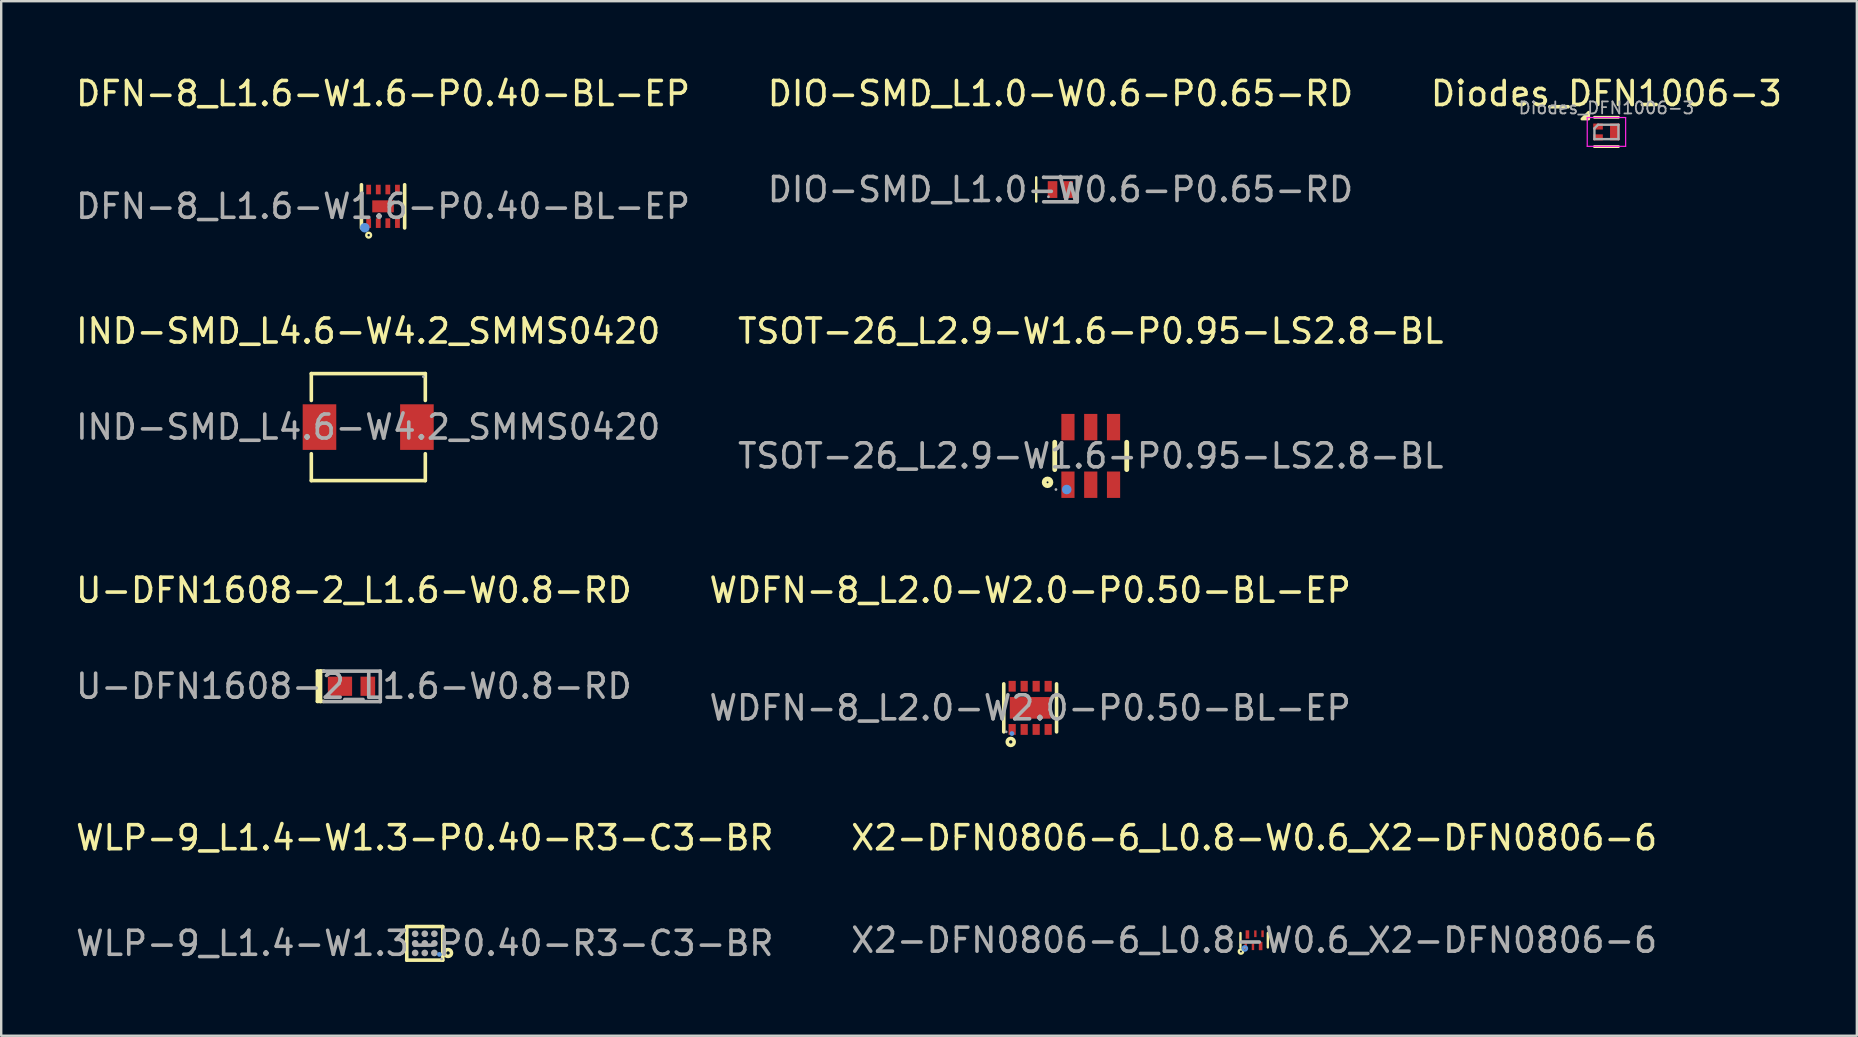
<source format=kicad_pcb>
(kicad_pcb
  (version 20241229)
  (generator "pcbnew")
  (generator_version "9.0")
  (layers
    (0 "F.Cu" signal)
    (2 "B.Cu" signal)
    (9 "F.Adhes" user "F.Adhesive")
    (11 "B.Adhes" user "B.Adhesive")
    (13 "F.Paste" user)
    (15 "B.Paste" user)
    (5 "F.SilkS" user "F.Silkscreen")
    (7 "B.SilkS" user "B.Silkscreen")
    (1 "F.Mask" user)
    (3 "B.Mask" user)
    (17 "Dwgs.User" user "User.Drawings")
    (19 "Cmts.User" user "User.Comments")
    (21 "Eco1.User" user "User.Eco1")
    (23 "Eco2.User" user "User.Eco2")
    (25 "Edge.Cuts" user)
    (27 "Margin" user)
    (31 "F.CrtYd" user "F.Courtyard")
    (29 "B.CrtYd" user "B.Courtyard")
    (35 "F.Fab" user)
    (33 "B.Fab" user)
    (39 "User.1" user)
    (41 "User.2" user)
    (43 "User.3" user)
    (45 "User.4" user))
  (footprint "Diodes_DFN1006-3"
    (layer "F.Cu")
    (at 63.887 2.448)
    (property "Reference" "Diodes_DFN1006-3" (at 0 -1.6 0) (layer "F.SilkS") (effects (font (size 1 1) (thickness 0.15))))
    (attr smd)
    (fp_line (start -0.5 -0.61) (end 0.5 -0.61) (stroke (width 0.12) (type default)) (layer "F.SilkS"))
    (fp_line (start -0.5 0.61) (end 0.5 0.61) (stroke (width 0.12) (type default)) (layer "F.SilkS"))
    (fp_poly (pts (xy -0.74 -0.54) (xy -1.02 -0.54) (xy -0.74 -0.82) (xy -0.74 -0.54)) (stroke (width 0.12) (type solid)) (fill yes) (layer "F.SilkS"))
    (fp_line (start -0.8 -0.6) (end 0.8 -0.6) (stroke (width 0.05) (type solid)) (layer "F.CrtYd"))
    (fp_line (start -0.8 0.6) (end -0.8 -0.6) (stroke (width 0.05) (type solid)) (layer "F.CrtYd"))
    (fp_line (start 0.8 -0.6) (end 0.8 0.6) (stroke (width 0.05) (type solid)) (layer "F.CrtYd"))
    (fp_line (start 0.8 0.6) (end -0.8 0.6) (stroke (width 0.05) (type solid)) (layer "F.CrtYd"))
    (fp_line (start -0.5 0.3) (end -0.5 -0.15) (stroke (width 0.1) (type solid)) (layer "F.Fab"))
    (fp_line (start -0.35 -0.3) (end -0.5 -0.15) (stroke (width 0.1) (type solid)) (layer "F.Fab"))
    (fp_line (start -0.35 -0.3) (end 0.5 -0.3) (stroke (width 0.1) (type solid)) (layer "F.Fab"))
    (fp_line (start 0.5 -0.3) (end 0.5 0.3) (stroke (width 0.1) (type solid)) (layer "F.Fab"))
    (fp_line (start 0.5 0.3) (end -0.5 0.3) (stroke (width 0.1) (type solid)) (layer "F.Fab"))
    (fp_text user "${REFERENCE}" (at 0 -1 0) (layer "F.Fab") (effects (font (size 0.5 0.5) (thickness 0.075))))
    (pad "1" smd rect (at -0.35 -0.225 270) (size 0.25 0.4) (layers "F.Cu" "F.Mask" "F.Paste"))
    (pad "2" smd rect (at -0.35 0.225 270) (size 0.25 0.4) (layers "F.Cu" "F.Mask" "F.Paste"))
    (pad "3" smd rect (at 0.35 0 270) (size 0.7 0.4) (layers "F.Cu" "F.Mask" "F.Paste")))
  (footprint "WLP-9_L1.4-W1.3-P0.40-R3-C3-BR"
    (layer "F.Cu")
    (at 14.649 36.258)
    (property "Reference" "WLP-9_L1.4-W1.3-P0.40-R3-C3-BR" (at 0 -4.4 0) (layer "F.SilkS") (effects (font (size 1 1) (thickness 0.15))))
    (attr smd)
    (fp_line (start -0.75 0.7) (end -0.75 -0.7) (stroke (width 0.15) (type solid)) (layer "F.SilkS"))
    (fp_line (start 0.75 -0.7) (end -0.75 -0.7) (stroke (width 0.15) (type solid)) (layer "F.SilkS"))
    (fp_line (start 0.75 0.7) (end -0.75 0.7) (stroke (width 0.15) (type solid)) (layer "F.SilkS"))
    (fp_line (start 0.75 0.7) (end 0.75 -0.7) (stroke (width 0.15) (type solid)) (layer "F.SilkS"))
    (fp_circle (center 0.97 0.4) (end 1.04 0.4) (stroke (width 0.15) (type solid)) (fill no) (layer "F.SilkS"))
    (fp_circle (center 0.61 0.46) (end 0.66 0.46) (stroke (width 0.1) (type solid)) (fill no) (layer "Cmts.User"))
    (fp_circle (center -0.4 -0.4) (end -0.33 -0.4) (stroke (width 0.14) (type solid)) (fill no) (layer "F.Fab"))
    (fp_circle (center -0.4 0) (end -0.33 0) (stroke (width 0.14) (type solid)) (fill no) (layer "F.Fab"))
    (fp_circle (center -0.4 0.4) (end -0.33 0.4) (stroke (width 0.14) (type solid)) (fill no) (layer "F.Fab"))
    (fp_circle (center 0 -0.4) (end 0.07 -0.4) (stroke (width 0.14) (type solid)) (fill no) (layer "F.Fab"))
    (fp_circle (center 0 0) (end 0.07 0) (stroke (width 0.14) (type solid)) (fill no) (layer "F.Fab"))
    (fp_circle (center 0 0.4) (end 0.07 0.4) (stroke (width 0.14) (type solid)) (fill no) (layer "F.Fab"))
    (fp_circle (center 0.4 -0.4) (end 0.47 -0.4) (stroke (width 0.14) (type solid)) (fill no) (layer "F.Fab"))
    (fp_circle (center 0.4 0) (end 0.47 0) (stroke (width 0.14) (type solid)) (fill no) (layer "F.Fab"))
    (fp_circle (center 0.4 0.4) (end 0.47 0.4) (stroke (width 0.14) (type solid)) (fill no) (layer "F.Fab"))
    (fp_circle (center 0.7 0.65) (end 0.73 0.65) (stroke (width 0.06) (type solid)) (fill no) (layer "F.Fab"))
    (fp_text user "${REFERENCE}" (at 0 0 0) (layer "F.Fab") (effects (font (size 1 1) (thickness 0.15))))
    (pad "A1" smd circle (at 0.4 0.4 180) (size 0.23 0.23) (layers "F.Cu" "F.Mask" "F.Paste"))
    (pad "A2" smd circle (at 0 0.4 180) (size 0.23 0.23) (layers "F.Cu" "F.Mask" "F.Paste"))
    (pad "A3" smd circle (at -0.4 0.4 180) (size 0.23 0.23) (layers "F.Cu" "F.Mask" "F.Paste"))
    (pad "B1" smd circle (at 0.4 0 180) (size 0.23 0.23) (layers "F.Cu" "F.Mask" "F.Paste"))
    (pad "B2" smd circle (at 0 0 180) (size 0.23 0.23) (layers "F.Cu" "F.Mask" "F.Paste"))
    (pad "B3" smd circle (at -0.4 0 180) (size 0.23 0.23) (layers "F.Cu" "F.Mask" "F.Paste"))
    (pad "C1" smd circle (at 0.4 -0.4 180) (size 0.23 0.23) (layers "F.Cu" "F.Mask" "F.Paste"))
    (pad "C2" smd circle (at 0 -0.4 180) (size 0.23 0.23) (layers "F.Cu" "F.Mask" "F.Paste"))
    (pad "C3" smd circle (at -0.4 -0.4 180) (size 0.23 0.23) (layers "F.Cu" "F.Mask" "F.Paste")))
  (footprint "DFN-8_L1.6-W1.6-P0.40-BL-EP"
    (layer "F.Cu")
    (at 12.911 5.548)
    (property "Reference" "DFN-8_L1.6-W1.6-P0.40-BL-EP" (at 0 -4.7 0) (layer "F.SilkS") (effects (font (size 1 1) (thickness 0.15))))
    (attr smd)
    (fp_line (start -0.9 -0.9) (end -0.9 0.9) (stroke (width 0.15) (type solid)) (layer "F.SilkS"))
    (fp_line (start 0.9 -0.9) (end 0.9 0.9) (stroke (width 0.15) (type solid)) (layer "F.SilkS"))
    (fp_circle (center -0.6 1.2) (end -0.5 1.2) (stroke (width 0.1) (type solid)) (fill no) (layer "F.SilkS"))
    (fp_circle (center -0.76 0.89) (end -0.66 0.89) (stroke (width 0.2) (type solid)) (fill no) (layer "Cmts.User"))
    (fp_circle (center -0.8 0.8) (end -0.77 0.8) (stroke (width 0.06) (type solid)) (fill no) (layer "F.Fab"))
    (fp_text user "${REFERENCE}" (at 0 0 0) (layer "F.Fab") (effects (font (size 1 1) (thickness 0.15))))
    (pad "1" smd rect (at -0.6 0.7 90) (size 0.4 0.2) (layers "F.Cu" "F.Mask" "F.Paste"))
    (pad "2" smd rect (at -0.2 0.7 90) (size 0.4 0.2) (layers "F.Cu" "F.Mask" "F.Paste"))
    (pad "3" smd rect (at 0.2 0.7 90) (size 0.4 0.2) (layers "F.Cu" "F.Mask" "F.Paste"))
    (pad "4" smd rect (at 0.6 0.7 90) (size 0.4 0.2) (layers "F.Cu" "F.Mask" "F.Paste"))
    (pad "5" smd rect (at 0.6 -0.7 90) (size 0.4 0.2) (layers "F.Cu" "F.Mask" "F.Paste"))
    (pad "6" smd rect (at 0.2 -0.7 90) (size 0.4 0.2) (layers "F.Cu" "F.Mask" "F.Paste"))
    (pad "7" smd rect (at -0.2 -0.7 90) (size 0.4 0.2) (layers "F.Cu" "F.Mask" "F.Paste"))
    (pad "8" smd rect (at -0.6 -0.7 90) (size 0.4 0.2) (layers "F.Cu" "F.Mask" "F.Paste"))
    (pad "9" smd rect (at 0 0 90) (size 0.5 0.9) (layers "F.Cu" "F.Mask" "F.Paste")))
  (footprint "X2-DFN0806-6_L0.8-W0.6_X2-DFN0806-6"
    (layer "F.Cu")
    (at 49.208 36.128)
    (property "Reference" "X2-DFN0806-6_L0.8-W0.6_X2-DFN0806-6" (at 0 -4.27 0) (layer "F.SilkS") (effects (font (size 1 1) (thickness 0.15))))
    (attr smd)
    (fp_line (start -0.57 0.3) (end -0.57 -0.3) (stroke (width 0.1) (type solid)) (layer "F.SilkS"))
    (fp_line (start 0.57 -0.3) (end 0.57 0.3) (stroke (width 0.1) (type solid)) (layer "F.SilkS"))
    (fp_circle (center -0.55 0.47) (end -0.51 0.47) (stroke (width 0.1) (type solid)) (fill no) (layer "F.SilkS"))
    (fp_circle (center -0.39 0.34) (end -0.35 0.34) (stroke (width 0.1) (type solid)) (fill no) (layer "Cmts.User"))
    (fp_circle (center -0.4 0.3) (end -0.37 0.3) (stroke (width 0.06) (type solid)) (fill no) (layer "F.Fab"))
    (fp_text user "${REFERENCE}" (at 0 0 0) (layer "F.Fab") (effects (font (size 1 1) (thickness 0.15))))
    (pad "1" smd rect (at -0.35 0.27) (size 0.1 0.28) (layers "F.Cu" "F.Mask" "F.Paste"))
    (pad "2" smd rect (at -0.05 0.27) (size 0.1 0.28) (layers "F.Cu" "F.Mask" "F.Paste"))
    (pad "3" smd rect (at 0.27 0.24) (size 0.15 0.35) (layers "F.Cu" "F.Mask" "F.Paste"))
    (pad "4" smd rect (at 0.35 -0.27) (size 0.1 0.28) (layers "F.Cu" "F.Mask" "F.Paste"))
    (pad "5" smd rect (at 0.05 -0.27) (size 0.1 0.28) (layers "F.Cu" "F.Mask" "F.Paste"))
    (pad "6" smd rect (at -0.28 -0.24) (size 0.15 0.35) (layers "F.Cu" "F.Mask" "F.Paste")))
  (footprint "IND-SMD_L4.6-W4.2_SMMS0420"
    (layer "F.Cu")
    (at 12.292 14.746)
    (property "Reference" "IND-SMD_L4.6-W4.2_SMMS0420" (at 0 -4 0) (layer "F.SilkS") (effects (font (size 1 1) (thickness 0.15))))
    (attr smd)
    (fp_line (start -2.37 -2.23) (end 2.38 -2.23) (stroke (width 0.15) (type solid)) (layer "F.SilkS"))
    (fp_line (start -2.37 -1.11) (end -2.37 -2.23) (stroke (width 0.15) (type solid)) (layer "F.SilkS"))
    (fp_line (start -2.37 1.11) (end -2.37 2.23) (stroke (width 0.15) (type solid)) (layer "F.SilkS"))
    (fp_line (start -2.37 2.23) (end 2.38 2.23) (stroke (width 0.15) (type solid)) (layer "F.SilkS"))
    (fp_line (start 2.38 -2.23) (end 2.38 -1.11) (stroke (width 0.15) (type solid)) (layer "F.SilkS"))
    (fp_line (start 2.38 2.23) (end 2.38 1.11) (stroke (width 0.15) (type solid)) (layer "F.SilkS"))
    (fp_circle (center 2.3 -2.1) (end 2.33 -2.1) (stroke (width 0.06) (type solid)) (fill no) (layer "F.Fab"))
    (fp_text user "${REFERENCE}" (at 0 0 0) (layer "F.Fab") (effects (font (size 1 1) (thickness 0.15))))
    (pad "1" smd rect (at 2.03 0) (size 1.4 1.9) (layers "F.Cu" "F.Mask" "F.Paste"))
    (pad "2" smd rect (at -2.03 0) (size 1.4 1.9) (layers "F.Cu" "F.Mask" "F.Paste")))
  (footprint "WDFN-8_L2.0-W2.0-P0.50-BL-EP"
    (layer "F.Cu")
    (at 39.875 26.445)
    (property "Reference" "WDFN-8_L2.0-W2.0-P0.50-BL-EP" (at 0 -4.9 0) (layer "F.SilkS") (effects (font (size 1 1) (thickness 0.15))))
    (attr smd)
    (fp_line (start -1.1 -1) (end -1.1 1) (stroke (width 0.15) (type solid)) (layer "F.SilkS"))
    (fp_line (start 1.1 -1) (end 1.1 1) (stroke (width 0.15) (type solid)) (layer "F.SilkS"))
    (fp_circle (center -0.81 1.42) (end -0.74 1.42) (stroke (width 0.15) (type solid)) (fill no) (layer "F.SilkS"))
    (fp_circle (center -0.76 1.07) (end -0.71 1.07) (stroke (width 0.1) (type solid)) (fill no) (layer "Cmts.User"))
    (fp_circle (center -1 1) (end -0.97 1) (stroke (width 0.06) (type solid)) (fill no) (layer "F.Fab"))
    (fp_text user "${REFERENCE}" (at 0 0 0) (layer "F.Fab") (effects (font (size 1 1) (thickness 0.15))))
    (pad "1" smd rect (at -0.75 0.9 90) (size 0.45 0.3) (layers "F.Cu" "F.Mask" "F.Paste"))
    (pad "2" smd rect (at -0.25 0.9 90) (size 0.45 0.3) (layers "F.Cu" "F.Mask" "F.Paste"))
    (pad "3" smd rect (at 0.25 0.9 90) (size 0.45 0.3) (layers "F.Cu" "F.Mask" "F.Paste"))
    (pad "4" smd rect (at 0.75 0.9 90) (size 0.45 0.3) (layers "F.Cu" "F.Mask" "F.Paste"))
    (pad "5" smd rect (at 0.75 -0.9 90) (size 0.45 0.3) (layers "F.Cu" "F.Mask" "F.Paste"))
    (pad "6" smd rect (at 0.25 -0.9 90) (size 0.45 0.3) (layers "F.Cu" "F.Mask" "F.Paste"))
    (pad "7" smd rect (at -0.25 -0.9 90) (size 0.45 0.3) (layers "F.Cu" "F.Mask" "F.Paste"))
    (pad "8" smd rect (at -0.75 -0.9 90) (size 0.45 0.3) (layers "F.Cu" "F.Mask" "F.Paste"))
    (pad "9" smd rect (at 0 0 90) (size 0.9 1.7) (layers "F.Cu" "F.Mask" "F.Paste")))
  (footprint "TSOT-26_L2.9-W1.6-P0.95-LS2.8-BL"
    (layer "F.Cu")
    (at 42.399 15.947)
    (property "Reference" "TSOT-26_L2.9-W1.6-P0.95-LS2.8-BL" (at 0 -5.2 180) (layer "F.SilkS") (effects (font (size 1 1) (thickness 0.15))))
    (attr smd)
    (fp_line (start -1.5 0.57) (end -1.5 -0.57) (stroke (width 0.2) (type solid)) (layer "F.SilkS"))
    (fp_line (start 1.5 -0.57) (end 1.5 0.57) (stroke (width 0.2) (type solid)) (layer "F.SilkS"))
    (fp_circle (center -1.8 1.1) (end -1.66 1.1) (stroke (width 0.2) (type solid)) (fill no) (layer "F.SilkS"))
    (fp_circle (center -1 1.4) (end -0.9 1.4) (stroke (width 0.2) (type solid)) (fill no) (layer "Cmts.User"))
    (fp_circle (center -1.45 1.4) (end -1.42 1.4) (stroke (width 0.06) (type solid)) (fill no) (layer "F.Fab"))
    (fp_text user "${REFERENCE}" (at 0 0 180) (layer "F.Fab") (effects (font (size 1 1) (thickness 0.15))))
    (pad "1" smd rect (at -0.95 1.2 180) (size 0.55 1.1) (layers "F.Cu" "F.Mask" "F.Paste"))
    (pad "2" smd rect (at 0 1.2 180) (size 0.55 1.1) (layers "F.Cu" "F.Mask" "F.Paste"))
    (pad "3" smd rect (at 0.95 1.2 180) (size 0.55 1.1) (layers "F.Cu" "F.Mask" "F.Paste"))
    (pad "4" smd rect (at 0.95 -1.2 180) (size 0.55 1.1) (layers "F.Cu" "F.Mask" "F.Paste"))
    (pad "5" smd rect (at 0 -1.2 180) (size 0.55 1.1) (layers "F.Cu" "F.Mask" "F.Paste"))
    (pad "6" smd rect (at -0.95 -1.2 180) (size 0.55 1.1) (layers "F.Cu" "F.Mask" "F.Paste")))
  (footprint "DIO-SMD_L1.0-W0.6-P0.65-RD"
    (layer "F.Cu")
    (at 41.137 4.848)
    (property "Reference" "DIO-SMD_L1.0-W0.6-P0.65-RD" (at 0 -4 180) (layer "F.SilkS") (effects (font (size 1 1) (thickness 0.15))))
    (attr smd)
    (fp_line (start -1.01 -0.51) (end -1.01 0.5) (stroke (width 0.1) (type solid)) (layer "F.SilkS"))
    (fp_line (start -0.7 -0.51) (end -0.7 -0.51) (stroke (width 0.15) (type solid)) (layer "F.Fab"))
    (fp_line (start -0.7 -0.51) (end 0.7 -0.51) (stroke (width 0.15) (type solid)) (layer "F.Fab"))
    (fp_line (start 0.7 -0.51) (end 0.7 0.51) (stroke (width 0.15) (type solid)) (layer "F.Fab"))
    (fp_line (start 0.7 0.51) (end -0.7 0.51) (stroke (width 0.15) (type solid)) (layer "F.Fab"))
    (fp_circle (center -0.5 0.3) (end -0.47 0.3) (stroke (width 0.06) (type solid)) (fill no) (layer "F.Fab"))
    (fp_text user "${REFERENCE}" (at 0 0 180) (layer "F.Fab") (effects (font (size 1 1) (thickness 0.15))))
    (pad "1" smd rect (at -0.33 0) (size 0.4 0.7) (layers "F.Cu" "F.Mask" "F.Paste"))
    (pad "2" smd rect (at 0.32 0) (size 0.4 0.7) (layers "F.Cu" "F.Mask" "F.Paste")))
  (footprint "U-DFN1608-2_L1.6-W0.8-RD"
    (layer "F.Cu")
    (at 11.696 25.545)
    (property "Reference" "U-DFN1608-2_L1.6-W0.8-RD" (at 0 -4 180) (layer "F.SilkS") (effects (font (size 1 1) (thickness 0.15))))
    (attr smd)
    (fp_line (start -1.52 -0.63) (end -1.39 -0.63) (stroke (width 0.15) (type solid)) (layer "F.SilkS"))
    (fp_line (start -1.52 0.63) (end -1.52 -0.63) (stroke (width 0.15) (type solid)) (layer "F.SilkS"))
    (fp_line (start -1.39 -0.63) (end -1.27 -0.63) (stroke (width 0.15) (type solid)) (layer "F.SilkS"))
    (fp_line (start -1.39 0.63) (end -1.52 0.63) (stroke (width 0.15) (type solid)) (layer "F.SilkS"))
    (fp_line (start -1.39 0.63) (end -1.39 -0.63) (stroke (width 0.15) (type solid)) (layer "F.SilkS"))
    (fp_line (start -1.27 0.63) (end -1.39 0.63) (stroke (width 0.15) (type solid)) (layer "F.SilkS"))
    (fp_line (start -1.25 -0.63) (end -1.25 -0.63) (stroke (width 0.15) (type solid)) (layer "F.Fab"))
    (fp_line (start -1.25 -0.63) (end 1.1 -0.63) (stroke (width 0.15) (type solid)) (layer "F.Fab"))
    (fp_line (start 1.1 -0.63) (end 1.1 0.64) (stroke (width 0.15) (type solid)) (layer "F.Fab"))
    (fp_line (start 1.1 0.64) (end -1.25 0.64) (stroke (width 0.15) (type solid)) (layer "F.Fab"))
    (fp_circle (center -1.02 0.4) (end -0.99 0.4) (stroke (width 0.06) (type solid)) (fill no) (layer "F.Fab"))
    (fp_text user "${REFERENCE}" (at 0 0 180) (layer "F.Fab") (effects (font (size 1 1) (thickness 0.15))))
    (pad "1" smd rect (at -0.58 0 90) (size 0.8 1.01) (layers "F.Cu" "F.Mask" "F.Paste"))
    (pad "2" smd rect (at 0.58 0 90) (size 0.8 0.61) (layers "F.Cu" "F.Mask" "F.Paste")))
  (gr_rect
    (start -3 -3)
    (end 74.321 40.106)
    (stroke (width 0.1) (type default))
    (fill no)
    (layer "Edge.Cuts")))
</source>
